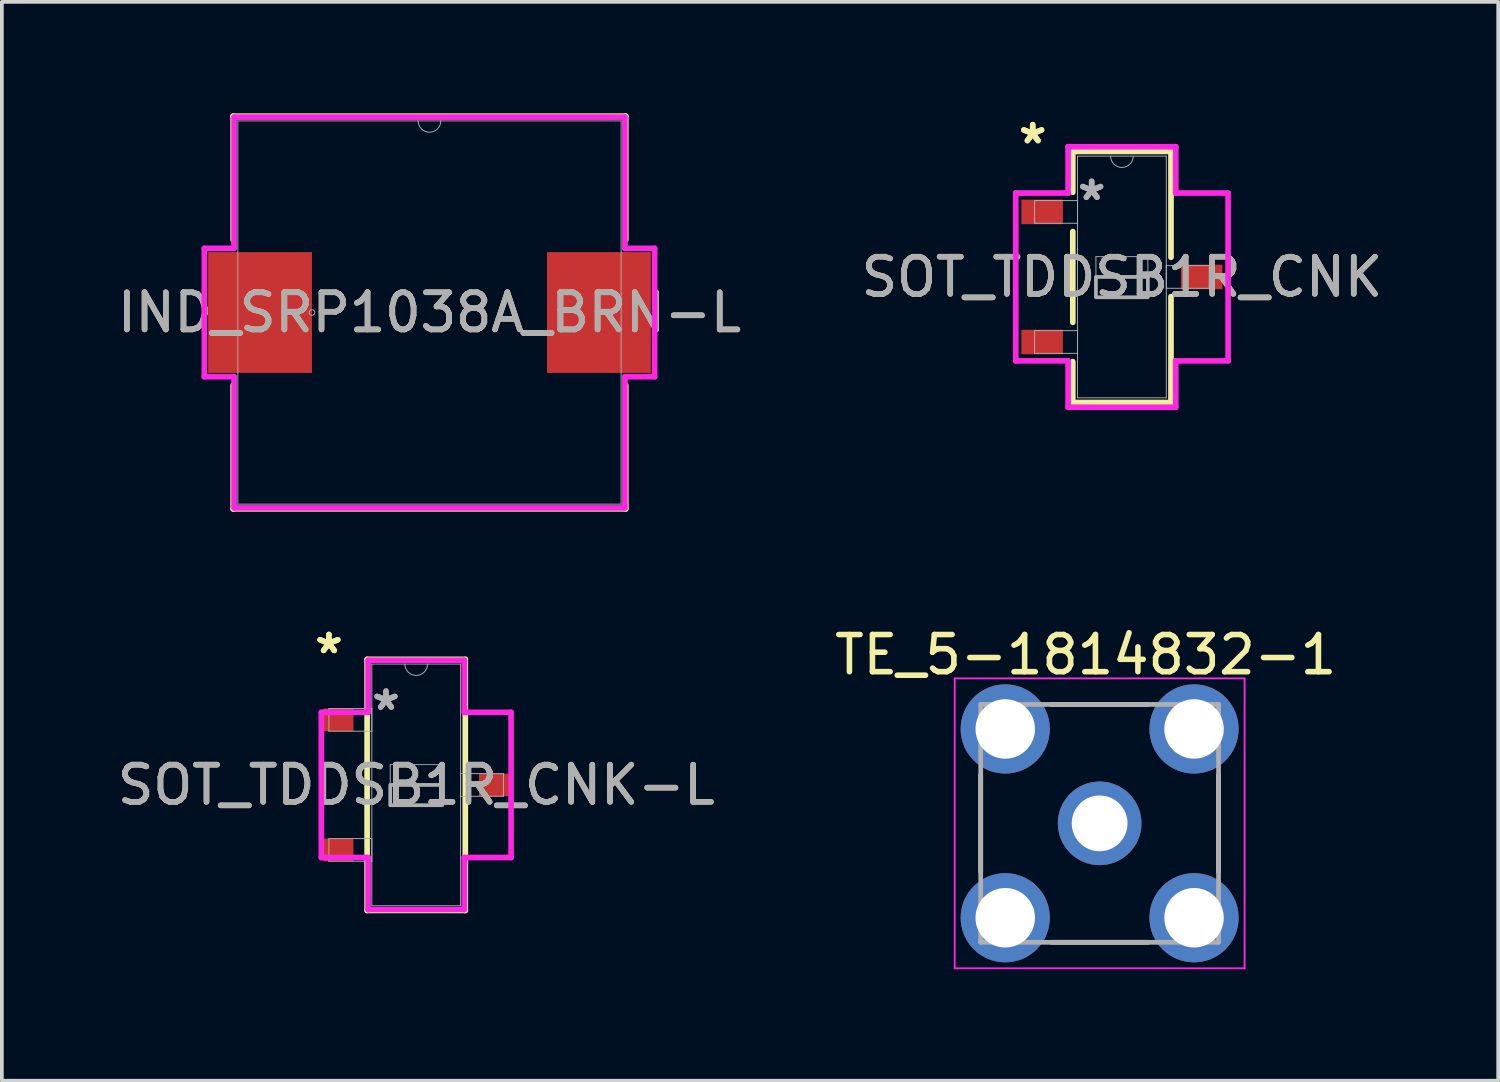
<source format=kicad_pcb>
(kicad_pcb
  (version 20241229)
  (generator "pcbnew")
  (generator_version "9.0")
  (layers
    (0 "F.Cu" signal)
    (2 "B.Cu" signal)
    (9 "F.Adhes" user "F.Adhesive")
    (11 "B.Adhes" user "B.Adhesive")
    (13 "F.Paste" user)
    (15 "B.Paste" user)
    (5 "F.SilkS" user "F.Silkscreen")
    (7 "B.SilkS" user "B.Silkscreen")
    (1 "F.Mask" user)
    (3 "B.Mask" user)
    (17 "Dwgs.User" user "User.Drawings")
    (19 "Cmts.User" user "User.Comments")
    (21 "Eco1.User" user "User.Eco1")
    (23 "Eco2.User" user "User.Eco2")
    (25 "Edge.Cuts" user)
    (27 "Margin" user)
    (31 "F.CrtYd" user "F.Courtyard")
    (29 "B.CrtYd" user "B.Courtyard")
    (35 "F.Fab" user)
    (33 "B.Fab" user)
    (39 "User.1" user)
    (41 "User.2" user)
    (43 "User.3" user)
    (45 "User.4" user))
  (footprint "SOT_TDDSB1R_CNK"
    (layer "F.Cu")
    (at 27.137 4.402)
    (property "Reference" "SOT_TDDSB1R_CNK" (at 0 0 0) (unlocked yes) (layer "F.SilkS") (effects (font (size 1 1) (thickness 0.15))))
    (attr smd)
    (fp_line (start -1.321 -3.378) (end -1.321 -2.279) (stroke (width 0.152) (type solid)) (layer "F.SilkS"))
    (fp_line (start -1.321 -1.221) (end -1.321 1.221) (stroke (width 0.152) (type solid)) (layer "F.SilkS"))
    (fp_line (start -1.321 2.279) (end -1.321 3.378) (stroke (width 0.152) (type solid)) (layer "F.SilkS"))
    (fp_line (start -1.321 3.378) (end 1.321 3.378) (stroke (width 0.152) (type solid)) (layer "F.SilkS"))
    (fp_line (start 1.321 -3.378) (end -1.321 -3.378) (stroke (width 0.152) (type solid)) (layer "F.SilkS"))
    (fp_line (start 1.321 -0.529) (end 1.321 -3.378) (stroke (width 0.152) (type solid)) (layer "F.SilkS"))
    (fp_line (start 1.321 3.378) (end 1.321 0.529) (stroke (width 0.152) (type solid)) (layer "F.SilkS"))
    (fp_line (start -2.857 -2.258) (end -1.448 -2.258) (stroke (width 0.152) (type solid)) (layer "F.CrtYd"))
    (fp_line (start -2.857 2.258) (end -2.857 -2.258) (stroke (width 0.152) (type solid)) (layer "F.CrtYd"))
    (fp_line (start -1.448 -3.505) (end 1.448 -3.505) (stroke (width 0.152) (type solid)) (layer "F.CrtYd"))
    (fp_line (start -1.448 -2.258) (end -1.448 -3.505) (stroke (width 0.152) (type solid)) (layer "F.CrtYd"))
    (fp_line (start -1.448 2.258) (end -2.857 2.258) (stroke (width 0.152) (type solid)) (layer "F.CrtYd"))
    (fp_line (start -1.448 3.505) (end -1.448 2.258) (stroke (width 0.152) (type solid)) (layer "F.CrtYd"))
    (fp_line (start 1.448 -3.505) (end 1.448 -2.258) (stroke (width 0.152) (type solid)) (layer "F.CrtYd"))
    (fp_line (start 1.448 -2.258) (end 2.857 -2.258) (stroke (width 0.152) (type solid)) (layer "F.CrtYd"))
    (fp_line (start 1.448 2.258) (end 1.448 3.505) (stroke (width 0.152) (type solid)) (layer "F.CrtYd"))
    (fp_line (start 1.448 3.505) (end -1.448 3.505) (stroke (width 0.152) (type solid)) (layer "F.CrtYd"))
    (fp_line (start 2.857 -2.258) (end 2.857 2.258) (stroke (width 0.152) (type solid)) (layer "F.CrtYd"))
    (fp_line (start 2.857 2.258) (end 1.448 2.258) (stroke (width 0.152) (type solid)) (layer "F.CrtYd"))
    (fp_line (start -2.349 -2.055) (end -2.349 -1.445) (stroke (width 0.025) (type solid)) (layer "F.Fab"))
    (fp_line (start -2.349 -1.445) (end -1.194 -1.445) (stroke (width 0.025) (type solid)) (layer "F.Fab"))
    (fp_line (start -2.349 1.445) (end -2.349 2.055) (stroke (width 0.025) (type solid)) (layer "F.Fab"))
    (fp_line (start -2.349 2.055) (end -1.194 2.055) (stroke (width 0.025) (type solid)) (layer "F.Fab"))
    (fp_line (start -1.194 -3.251) (end -1.194 3.251) (stroke (width 0.025) (type solid)) (layer "F.Fab"))
    (fp_line (start -1.194 -2.055) (end -2.349 -2.055) (stroke (width 0.025) (type solid)) (layer "F.Fab"))
    (fp_line (start -1.194 -1.445) (end -1.194 -2.055) (stroke (width 0.025) (type solid)) (layer "F.Fab"))
    (fp_line (start -1.194 1.445) (end -2.349 1.445) (stroke (width 0.025) (type solid)) (layer "F.Fab"))
    (fp_line (start -1.194 2.055) (end -1.194 1.445) (stroke (width 0.025) (type solid)) (layer "F.Fab"))
    (fp_line (start -1.194 3.251) (end 1.194 3.251) (stroke (width 0.025) (type solid)) (layer "F.Fab"))
    (fp_line (start -0.699 -0.546) (end 0.699 -0.546) (stroke (width 0.025) (type solid)) (layer "F.Fab"))
    (fp_line (start -0.699 0.546) (end -0.699 -0.546) (stroke (width 0.025) (type solid)) (layer "F.Fab"))
    (fp_line (start 0.699 -0.546) (end 0.699 0.546) (stroke (width 0.025) (type solid)) (layer "F.Fab"))
    (fp_line (start 0.699 0.546) (end -0.699 0.546) (stroke (width 0.025) (type solid)) (layer "F.Fab"))
    (fp_line (start 1.194 -3.251) (end -1.194 -3.251) (stroke (width 0.025) (type solid)) (layer "F.Fab"))
    (fp_line (start 1.194 -0.305) (end 1.194 0.305) (stroke (width 0.025) (type solid)) (layer "F.Fab"))
    (fp_line (start 1.194 0.305) (end 2.349 0.305) (stroke (width 0.025) (type solid)) (layer "F.Fab"))
    (fp_line (start 1.194 3.251) (end 1.194 -3.251) (stroke (width 0.025) (type solid)) (layer "F.Fab"))
    (fp_line (start 2.349 -0.305) (end 1.194 -0.305) (stroke (width 0.025) (type solid)) (layer "F.Fab"))
    (fp_line (start 2.349 0.305) (end 2.349 -0.305) (stroke (width 0.025) (type solid)) (layer "F.Fab"))
    (fp_arc (start 0.3048 -3.2512) (mid 0 -2.9464) (end -0.3048 -3.2512) (stroke (width 0.0254) (type solid)) (layer "F.Fab"))
    (fp_poly (pts (xy -0.699 0.546) (xy -0.699 0) (xy 0.699 0) (xy 0.699 0.546)) (stroke (width 0.1) (type solid)) (fill no) (layer "F.Fab"))
    (fp_text user "*" (at -2.4 -3.553 0) (unlocked yes) (layer "F.SilkS") (effects (font (size 1 1) (thickness 0.15))))
    (fp_text user "*" (at -2.4 -3.553 0) (layer "F.SilkS") (effects (font (size 1 1) (thickness 0.15))))
    (fp_text user "*" (at -0.813 -2.029 0) (unlocked yes) (layer "F.Fab") (effects (font (size 1 1) (thickness 0.15))))
    (fp_text user "${REFERENCE}" (at 0 0 0) (unlocked yes) (layer "F.Fab") (effects (font (size 1 1) (thickness 0.15))))
    (fp_text user "*" (at -0.813 -2.029 0) (layer "F.Fab") (effects (font (size 1 1) (thickness 0.15))))
    (pad "1" smd rect (at -2.146 -1.75) (size 1.118 0.66) (layers "F.Cu" "F.Mask" "F.Paste"))
    (pad "2" smd rect (at 2.146 0) (size 1.118 0.66) (layers "F.Cu" "F.Mask" "F.Paste"))
    (pad "3" smd rect (at -2.146 1.75) (size 1.118 0.66) (layers "F.Cu" "F.Mask" "F.Paste")))
  (footprint "SOT_TDDSB1R_CNK-L"
    (layer "F.Cu")
    (at 8.149 18.07)
    (property "Reference" "SOT_TDDSB1R_CNK-L" (at 0 0 0) (unlocked yes) (layer "F.SilkS") (effects (font (size 1 1) (thickness 0.15))))
    (attr smd)
    (fp_line (start -1.321 -3.378) (end -1.321 3.378) (stroke (width 0.152) (type solid)) (layer "F.SilkS"))
    (fp_line (start -1.321 3.378) (end 1.321 3.378) (stroke (width 0.152) (type solid)) (layer "F.SilkS"))
    (fp_line (start 1.321 -3.378) (end -1.321 -3.378) (stroke (width 0.152) (type solid)) (layer "F.SilkS"))
    (fp_line (start 1.321 3.378) (end 1.321 -3.378) (stroke (width 0.152) (type solid)) (layer "F.SilkS"))
    (fp_line (start -2.553 -1.953) (end -1.295 -1.953) (stroke (width 0.152) (type solid)) (layer "F.CrtYd"))
    (fp_line (start -2.553 1.953) (end -2.553 -1.953) (stroke (width 0.152) (type solid)) (layer "F.CrtYd"))
    (fp_line (start -1.295 -3.353) (end 1.295 -3.353) (stroke (width 0.152) (type solid)) (layer "F.CrtYd"))
    (fp_line (start -1.295 -1.953) (end -1.295 -3.353) (stroke (width 0.152) (type solid)) (layer "F.CrtYd"))
    (fp_line (start -1.295 1.953) (end -2.553 1.953) (stroke (width 0.152) (type solid)) (layer "F.CrtYd"))
    (fp_line (start -1.295 3.353) (end -1.295 1.953) (stroke (width 0.152) (type solid)) (layer "F.CrtYd"))
    (fp_line (start 1.295 -3.353) (end 1.295 -1.953) (stroke (width 0.152) (type solid)) (layer "F.CrtYd"))
    (fp_line (start 1.295 -1.953) (end 2.553 -1.953) (stroke (width 0.152) (type solid)) (layer "F.CrtYd"))
    (fp_line (start 1.295 1.953) (end 1.295 3.353) (stroke (width 0.152) (type solid)) (layer "F.CrtYd"))
    (fp_line (start 1.295 3.353) (end -1.295 3.353) (stroke (width 0.152) (type solid)) (layer "F.CrtYd"))
    (fp_line (start 2.553 -1.953) (end 2.553 1.953) (stroke (width 0.152) (type solid)) (layer "F.CrtYd"))
    (fp_line (start 2.553 1.953) (end 1.295 1.953) (stroke (width 0.152) (type solid)) (layer "F.CrtYd"))
    (fp_line (start -2.349 -2.055) (end -2.349 -1.445) (stroke (width 0.025) (type solid)) (layer "F.Fab"))
    (fp_line (start -2.349 -1.445) (end -1.194 -1.445) (stroke (width 0.025) (type solid)) (layer "F.Fab"))
    (fp_line (start -2.349 1.445) (end -2.349 2.055) (stroke (width 0.025) (type solid)) (layer "F.Fab"))
    (fp_line (start -2.349 2.055) (end -1.194 2.055) (stroke (width 0.025) (type solid)) (layer "F.Fab"))
    (fp_line (start -1.194 -3.251) (end -1.194 3.251) (stroke (width 0.025) (type solid)) (layer "F.Fab"))
    (fp_line (start -1.194 -2.055) (end -2.349 -2.055) (stroke (width 0.025) (type solid)) (layer "F.Fab"))
    (fp_line (start -1.194 -1.445) (end -1.194 -2.055) (stroke (width 0.025) (type solid)) (layer "F.Fab"))
    (fp_line (start -1.194 1.445) (end -2.349 1.445) (stroke (width 0.025) (type solid)) (layer "F.Fab"))
    (fp_line (start -1.194 2.055) (end -1.194 1.445) (stroke (width 0.025) (type solid)) (layer "F.Fab"))
    (fp_line (start -1.194 3.251) (end 1.194 3.251) (stroke (width 0.025) (type solid)) (layer "F.Fab"))
    (fp_line (start -0.699 -0.546) (end 0.699 -0.546) (stroke (width 0.025) (type solid)) (layer "F.Fab"))
    (fp_line (start -0.699 0.546) (end -0.699 -0.546) (stroke (width 0.025) (type solid)) (layer "F.Fab"))
    (fp_line (start 0.699 -0.546) (end 0.699 0.546) (stroke (width 0.025) (type solid)) (layer "F.Fab"))
    (fp_line (start 0.699 0.546) (end -0.699 0.546) (stroke (width 0.025) (type solid)) (layer "F.Fab"))
    (fp_line (start 1.194 -3.251) (end -1.194 -3.251) (stroke (width 0.025) (type solid)) (layer "F.Fab"))
    (fp_line (start 1.194 -0.305) (end 1.194 0.305) (stroke (width 0.025) (type solid)) (layer "F.Fab"))
    (fp_line (start 1.194 0.305) (end 2.349 0.305) (stroke (width 0.025) (type solid)) (layer "F.Fab"))
    (fp_line (start 1.194 3.251) (end 1.194 -3.251) (stroke (width 0.025) (type solid)) (layer "F.Fab"))
    (fp_line (start 2.349 -0.305) (end 1.194 -0.305) (stroke (width 0.025) (type solid)) (layer "F.Fab"))
    (fp_line (start 2.349 0.305) (end 2.349 -0.305) (stroke (width 0.025) (type solid)) (layer "F.Fab"))
    (fp_arc (start 0.3048 -3.2512) (mid 0 -2.9464) (end -0.3048 -3.2512) (stroke (width 0.0254) (type solid)) (layer "F.Fab"))
    (fp_poly (pts (xy -0.699 0.546) (xy -0.699 0) (xy 0.699 0) (xy 0.699 0.546)) (stroke (width 0.1) (type solid)) (fill no) (layer "F.Fab"))
    (fp_text user "*" (at -2.349 -3.503 0) (unlocked yes) (layer "F.SilkS") (effects (font (size 1 1) (thickness 0.15))))
    (fp_text user "*" (at -2.349 -3.503 0) (layer "F.SilkS") (effects (font (size 1 1) (thickness 0.15))))
    (fp_text user "*" (at -0.813 -1.979 0) (unlocked yes) (layer "F.Fab") (effects (font (size 1 1) (thickness 0.15))))
    (fp_text user "*" (at -0.813 -1.979 0) (layer "F.Fab") (effects (font (size 1 1) (thickness 0.15))))
    (fp_text user "${REFERENCE}" (at 0 0 0) (unlocked yes) (layer "F.Fab") (effects (font (size 1 1) (thickness 0.15))))
    (pad "1" smd rect (at -2.095 -1.75) (size 0.813 0.61) (layers "F.Cu" "F.Mask" "F.Paste"))
    (pad "2" smd rect (at 2.095 0) (size 0.813 0.61) (layers "F.Cu" "F.Mask" "F.Paste"))
    (pad "3" smd rect (at -2.095 1.75) (size 0.813 0.61) (layers "F.Cu" "F.Mask" "F.Paste")))
  (footprint "TE_5-1814832-1"
    (layer "F.Cu")
    (at 26.538 19.104)
    (property "Reference" "TE_5-1814832-1" (at -0.375 -4.536 0) (layer "F.SilkS") (effects (font (size 1 1) (thickness 0.15))))
    (attr through_hole)
    (fp_line (start -3.2 1.3) (end -3.2 -1.3) (stroke (width 0.127) (type solid)) (layer "F.SilkS"))
    (fp_line (start -1.3 -3.2) (end 1.3 -3.2) (stroke (width 0.127) (type solid)) (layer "F.SilkS"))
    (fp_line (start 1.3 3.2) (end -1.3 3.2) (stroke (width 0.127) (type solid)) (layer "F.SilkS"))
    (fp_line (start 3.2 1.3) (end 3.2 -1.3) (stroke (width 0.127) (type solid)) (layer "F.SilkS"))
    (fp_line (start -3.9 -3.9) (end 3.9 -3.9) (stroke (width 0.05) (type solid)) (layer "F.CrtYd"))
    (fp_line (start -3.9 3.9) (end -3.9 -3.9) (stroke (width 0.05) (type solid)) (layer "F.CrtYd"))
    (fp_line (start 3.9 -3.9) (end 3.9 3.9) (stroke (width 0.05) (type solid)) (layer "F.CrtYd"))
    (fp_line (start 3.9 3.9) (end -3.9 3.9) (stroke (width 0.05) (type solid)) (layer "F.CrtYd"))
    (fp_line (start -3.2 -3.2) (end 3.2 -3.2) (stroke (width 0.127) (type solid)) (layer "F.Fab"))
    (fp_line (start -3.2 3.2) (end -3.2 -3.2) (stroke (width 0.127) (type solid)) (layer "F.Fab"))
    (fp_line (start 3.2 -3.2) (end 3.2 3.2) (stroke (width 0.127) (type solid)) (layer "F.Fab"))
    (fp_line (start 3.2 3.2) (end -3.2 3.2) (stroke (width 0.127) (type solid)) (layer "F.Fab"))
    (pad "1" thru_hole circle (at 0 0) (size 2.25 2.25) (drill 1.5) (layers "*.Cu" "*.Mask"))
    (pad "2" thru_hole circle (at -2.54 -2.54) (size 2.4 2.4) (drill 1.6) (layers "*.Cu" "*.Mask"))
    (pad "3" thru_hole circle (at 2.54 -2.54) (size 2.4 2.4) (drill 1.6) (layers "*.Cu" "*.Mask"))
    (pad "4" thru_hole circle (at -2.54 2.54) (size 2.4 2.4) (drill 1.6) (layers "*.Cu" "*.Mask"))
    (pad "5" thru_hole circle (at 2.54 2.54) (size 2.4 2.4) (drill 1.6) (layers "*.Cu" "*.Mask")))
  (footprint "IND_SRP1038A_BRN-L"
    (layer "F.Cu")
    (at 8.506 5.359)
    (property "Reference" "IND_SRP1038A_BRN-L" (at 0 0 0) (unlocked yes) (layer "F.SilkS") (effects (font (size 1 1) (thickness 0.15))))
    (attr smd)
    (fp_line (start -5.283 -5.283) (end -5.283 -1.958) (stroke (width 0.152) (type solid)) (layer "F.SilkS"))
    (fp_line (start -5.283 1.958) (end -5.283 5.283) (stroke (width 0.152) (type solid)) (layer "F.SilkS"))
    (fp_line (start -5.283 5.283) (end 5.283 5.283) (stroke (width 0.152) (type solid)) (layer "F.SilkS"))
    (fp_line (start 5.283 -5.283) (end -5.283 -5.283) (stroke (width 0.152) (type solid)) (layer "F.SilkS"))
    (fp_line (start 5.283 -1.958) (end 5.283 -5.283) (stroke (width 0.152) (type solid)) (layer "F.SilkS"))
    (fp_line (start 5.283 5.283) (end 5.283 1.958) (stroke (width 0.152) (type solid)) (layer "F.SilkS"))
    (fp_line (start -6.058 -1.727) (end -5.258 -1.727) (stroke (width 0.152) (type solid)) (layer "F.CrtYd"))
    (fp_line (start -6.058 1.727) (end -6.058 -1.727) (stroke (width 0.152) (type solid)) (layer "F.CrtYd"))
    (fp_line (start -6.058 1.727) (end -5.258 1.727) (stroke (width 0.152) (type solid)) (layer "F.CrtYd"))
    (fp_line (start -5.258 -5.258) (end 5.258 -5.258) (stroke (width 0.152) (type solid)) (layer "F.CrtYd"))
    (fp_line (start -5.258 -1.727) (end -5.258 -5.258) (stroke (width 0.152) (type solid)) (layer "F.CrtYd"))
    (fp_line (start -5.258 5.258) (end -5.258 1.727) (stroke (width 0.152) (type solid)) (layer "F.CrtYd"))
    (fp_line (start 5.258 -5.258) (end 5.258 -1.727) (stroke (width 0.152) (type solid)) (layer "F.CrtYd"))
    (fp_line (start 5.258 1.727) (end 5.258 5.258) (stroke (width 0.152) (type solid)) (layer "F.CrtYd"))
    (fp_line (start 5.258 5.258) (end -5.258 5.258) (stroke (width 0.152) (type solid)) (layer "F.CrtYd"))
    (fp_line (start 6.058 -1.727) (end 5.258 -1.727) (stroke (width 0.152) (type solid)) (layer "F.CrtYd"))
    (fp_line (start 6.058 -1.727) (end 6.058 1.727) (stroke (width 0.152) (type solid)) (layer "F.CrtYd"))
    (fp_line (start 6.058 1.727) (end 5.258 1.727) (stroke (width 0.152) (type solid)) (layer "F.CrtYd"))
    (fp_line (start -5.156 -5.156) (end -5.156 5.156) (stroke (width 0.025) (type solid)) (layer "F.Fab"))
    (fp_line (start -5.156 5.156) (end 5.156 5.156) (stroke (width 0.025) (type solid)) (layer "F.Fab"))
    (fp_line (start 5.156 -5.156) (end -5.156 -5.156) (stroke (width 0.025) (type solid)) (layer "F.Fab"))
    (fp_line (start 5.156 5.156) (end 5.156 -5.156) (stroke (width 0.025) (type solid)) (layer "F.Fab"))
    (fp_arc (start 0.3048 -5.1562) (mid 0 -4.8514) (end -0.3048 -5.1562) (stroke (width 0.0254) (type solid)) (layer "F.Fab"))
    (fp_circle (center -3.162 0) (end -3.086 0) (stroke (width 0.025) (type solid)) (fill no) (layer "F.Fab"))
    (fp_text user "${REFERENCE}" (at 0 0 0) (unlocked yes) (layer "F.Fab") (effects (font (size 1 1) (thickness 0.15))))
    (pad "1" smd rect (at -4.559 0) (size 2.794 3.251) (layers "F.Cu" "F.Mask" "F.Paste"))
    (pad "2" smd rect (at 4.559 0) (size 2.794 3.251) (layers "F.Cu" "F.Mask" "F.Paste")))
  (gr_rect
    (start -3 -3)
    (end 37.262 26.029)
    (stroke (width 0.1) (type default))
    (fill no)
    (layer "Edge.Cuts")))
</source>
